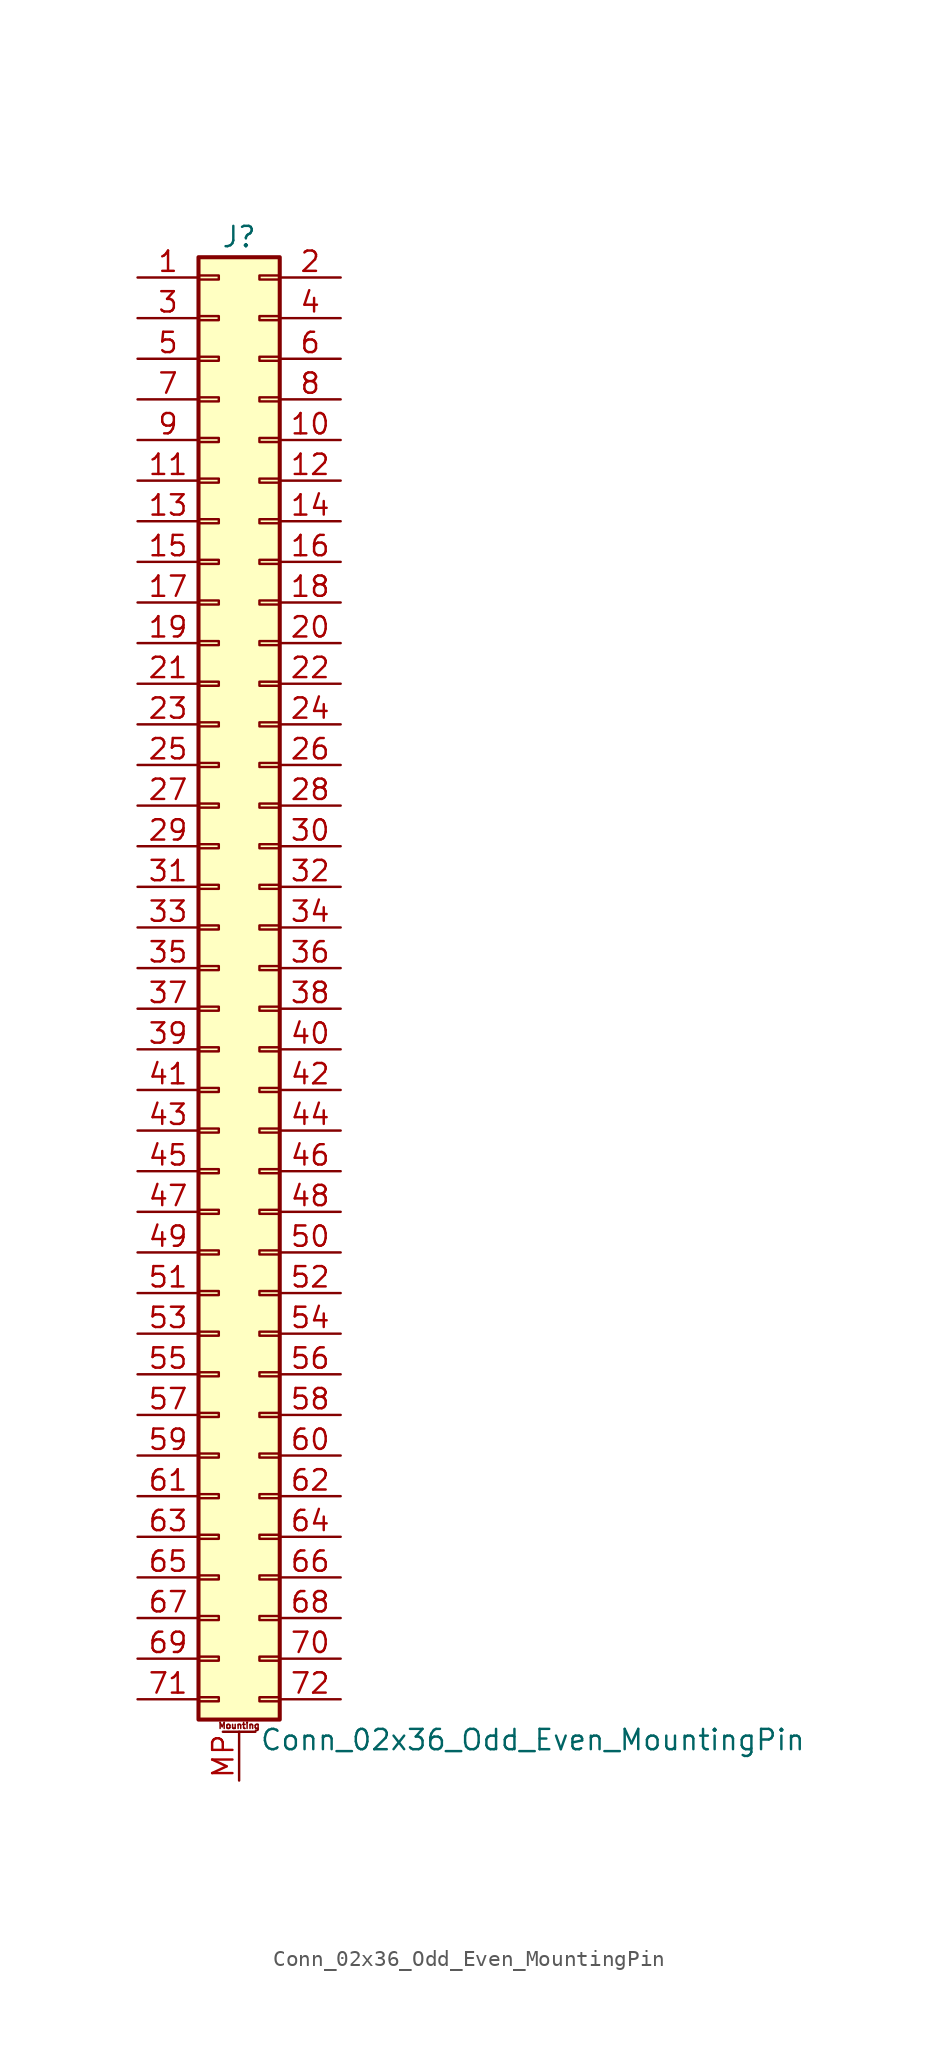
<source format=kicad_sym>
(kicad_symbol_lib
  (version 20201005)
  (generator kicad_symbol_editor)
  (symbol "Conn_02x36_Odd_Even_MountingPin"
    (pin_names
      (offset 1.016) hide)
    (property "Reference" "J"
      (at 1.27 45.72 0)
      (effects (font (size 1.27 1.27))))
    (property "Value" "Conn_02x36_Odd_Even_MountingPin"
      (at 2.54 -48.26 0)
      (effects (font (size 1.27 1.27)) (justify left)))
    (symbol "Conn_02x36_Odd_Even_MountingPin_1_1"
      (text "Mounting" (at 1.27 -47.371 0) (effects (font (size 0.381 0.381))))
      (rectangle (start -1.27 -45.593) (end 0 -45.847) (stroke (width 0.152)) (fill (type none)))
      (rectangle (start -1.27 -43.053) (end 0 -43.307) (stroke (width 0.152)) (fill (type none)))
      (rectangle (start -1.27 -40.513) (end 0 -40.767) (stroke (width 0.152)) (fill (type none)))
      (rectangle (start -1.27 -37.973) (end 0 -38.227) (stroke (width 0.152)) (fill (type none)))
      (rectangle (start -1.27 -35.433) (end 0 -35.687) (stroke (width 0.152)) (fill (type none)))
      (rectangle (start -1.27 -32.893) (end 0 -33.147) (stroke (width 0.152)) (fill (type none)))
      (rectangle (start -1.27 -30.353) (end 0 -30.607) (stroke (width 0.152)) (fill (type none)))
      (rectangle (start -1.27 -27.813) (end 0 -28.067) (stroke (width 0.152)) (fill (type none)))
      (rectangle (start -1.27 -25.273) (end 0 -25.527) (stroke (width 0.152)) (fill (type none)))
      (rectangle (start -1.27 -22.733) (end 0 -22.987) (stroke (width 0.152)) (fill (type none)))
      (rectangle (start -1.27 -20.193) (end 0 -20.447) (stroke (width 0.152)) (fill (type none)))
      (rectangle (start -1.27 -17.653) (end 0 -17.907) (stroke (width 0.152)) (fill (type none)))
      (rectangle (start -1.27 -15.113) (end 0 -15.367) (stroke (width 0.152)) (fill (type none)))
      (rectangle (start -1.27 -12.573) (end 0 -12.827) (stroke (width 0.152)) (fill (type none)))
      (rectangle (start -1.27 -10.033) (end 0 -10.287) (stroke (width 0.152)) (fill (type none)))
      (rectangle (start -1.27 -7.493) (end 0 -7.747) (stroke (width 0.152)) (fill (type none)))
      (rectangle (start -1.27 -4.953) (end 0 -5.207) (stroke (width 0.152)) (fill (type none)))
      (rectangle (start -1.27 -2.413) (end 0 -2.667) (stroke (width 0.152)) (fill (type none)))
      (rectangle (start -1.27 0.127) (end 0 -0.127) (stroke (width 0.152)) (fill (type none)))
      (rectangle (start -1.27 2.667) (end 0 2.413) (stroke (width 0.152)) (fill (type none)))
      (rectangle (start -1.27 5.207) (end 0 4.953) (stroke (width 0.152)) (fill (type none)))
      (rectangle (start -1.27 7.747) (end 0 7.493) (stroke (width 0.152)) (fill (type none)))
      (rectangle (start -1.27 10.287) (end 0 10.033) (stroke (width 0.152)) (fill (type none)))
      (rectangle (start -1.27 12.827) (end 0 12.573) (stroke (width 0.152)) (fill (type none)))
      (rectangle (start -1.27 15.367) (end 0 15.113) (stroke (width 0.152)) (fill (type none)))
      (rectangle (start -1.27 17.907) (end 0 17.653) (stroke (width 0.152)) (fill (type none)))
      (rectangle (start -1.27 20.447) (end 0 20.193) (stroke (width 0.152)) (fill (type none)))
      (rectangle (start -1.27 22.987) (end 0 22.733) (stroke (width 0.152)) (fill (type none)))
      (rectangle (start -1.27 25.527) (end 0 25.273) (stroke (width 0.152)) (fill (type none)))
      (rectangle (start -1.27 28.067) (end 0 27.813) (stroke (width 0.152)) (fill (type none)))
      (rectangle (start -1.27 30.607) (end 0 30.353) (stroke (width 0.152)) (fill (type none)))
      (rectangle (start -1.27 33.147) (end 0 32.893) (stroke (width 0.152)) (fill (type none)))
      (rectangle (start -1.27 35.687) (end 0 35.433) (stroke (width 0.152)) (fill (type none)))
      (rectangle (start -1.27 38.227) (end 0 37.973) (stroke (width 0.152)) (fill (type none)))
      (rectangle (start -1.27 40.767) (end 0 40.513) (stroke (width 0.152)) (fill (type none)))
      (rectangle (start -1.27 43.307) (end 0 43.053) (stroke (width 0.152)) (fill (type none)))
      (rectangle (start 3.81 -45.593) (end 2.54 -45.847) (stroke (width 0.152)) (fill (type none)))
      (rectangle (start 3.81 -43.053) (end 2.54 -43.307) (stroke (width 0.152)) (fill (type none)))
      (rectangle (start 3.81 -40.513) (end 2.54 -40.767) (stroke (width 0.152)) (fill (type none)))
      (rectangle (start 3.81 -37.973) (end 2.54 -38.227) (stroke (width 0.152)) (fill (type none)))
      (rectangle (start 3.81 -35.433) (end 2.54 -35.687) (stroke (width 0.152)) (fill (type none)))
      (rectangle (start 3.81 -32.893) (end 2.54 -33.147) (stroke (width 0.152)) (fill (type none)))
      (rectangle (start 3.81 -30.353) (end 2.54 -30.607) (stroke (width 0.152)) (fill (type none)))
      (rectangle (start 3.81 -27.813) (end 2.54 -28.067) (stroke (width 0.152)) (fill (type none)))
      (rectangle (start 3.81 -25.273) (end 2.54 -25.527) (stroke (width 0.152)) (fill (type none)))
      (rectangle (start 3.81 -22.733) (end 2.54 -22.987) (stroke (width 0.152)) (fill (type none)))
      (rectangle (start 3.81 -20.193) (end 2.54 -20.447) (stroke (width 0.152)) (fill (type none)))
      (rectangle (start 3.81 -17.653) (end 2.54 -17.907) (stroke (width 0.152)) (fill (type none)))
      (rectangle (start 3.81 -15.113) (end 2.54 -15.367) (stroke (width 0.152)) (fill (type none)))
      (rectangle (start 3.81 -12.573) (end 2.54 -12.827) (stroke (width 0.152)) (fill (type none)))
      (rectangle (start 3.81 -10.033) (end 2.54 -10.287) (stroke (width 0.152)) (fill (type none)))
      (rectangle (start 3.81 -7.493) (end 2.54 -7.747) (stroke (width 0.152)) (fill (type none)))
      (rectangle (start 3.81 -4.953) (end 2.54 -5.207) (stroke (width 0.152)) (fill (type none)))
      (rectangle (start 3.81 -2.413) (end 2.54 -2.667) (stroke (width 0.152)) (fill (type none)))
      (rectangle (start 3.81 0.127) (end 2.54 -0.127) (stroke (width 0.152)) (fill (type none)))
      (rectangle (start 3.81 2.667) (end 2.54 2.413) (stroke (width 0.152)) (fill (type none)))
      (rectangle (start 3.81 5.207) (end 2.54 4.953) (stroke (width 0.152)) (fill (type none)))
      (rectangle (start 3.81 7.747) (end 2.54 7.493) (stroke (width 0.152)) (fill (type none)))
      (rectangle (start 3.81 10.287) (end 2.54 10.033) (stroke (width 0.152)) (fill (type none)))
      (rectangle (start 3.81 12.827) (end 2.54 12.573) (stroke (width 0.152)) (fill (type none)))
      (rectangle (start 3.81 15.367) (end 2.54 15.113) (stroke (width 0.152)) (fill (type none)))
      (rectangle (start 3.81 17.907) (end 2.54 17.653) (stroke (width 0.152)) (fill (type none)))
      (rectangle (start 3.81 20.447) (end 2.54 20.193) (stroke (width 0.152)) (fill (type none)))
      (rectangle (start 3.81 22.987) (end 2.54 22.733) (stroke (width 0.152)) (fill (type none)))
      (rectangle (start 3.81 25.527) (end 2.54 25.273) (stroke (width 0.152)) (fill (type none)))
      (rectangle (start 3.81 28.067) (end 2.54 27.813) (stroke (width 0.152)) (fill (type none)))
      (rectangle (start 3.81 30.607) (end 2.54 30.353) (stroke (width 0.152)) (fill (type none)))
      (rectangle (start 3.81 33.147) (end 2.54 32.893) (stroke (width 0.152)) (fill (type none)))
      (rectangle (start 3.81 35.687) (end 2.54 35.433) (stroke (width 0.152)) (fill (type none)))
      (rectangle (start 3.81 38.227) (end 2.54 37.973) (stroke (width 0.152)) (fill (type none)))
      (rectangle (start 3.81 40.767) (end 2.54 40.513) (stroke (width 0.152)) (fill (type none)))
      (rectangle (start 3.81 43.307) (end 2.54 43.053) (stroke (width 0.152)) (fill (type none)))
      (rectangle (start -1.27 44.45) (end 3.81 -46.99) (stroke (width 0.254)) (fill (type background)))
      (polyline (pts (xy 0.254 -47.752) (xy 2.286 -47.752)) (stroke (width 0.152)) (fill (type none)))
      (pin passive line (at -5.08 43.18 0) (length 3.81) (name "Pin_1" (effects (font (size 1.27 1.27)))) (number "1" (effects (font (size 1.27 1.27)))))
      (pin passive line (at 7.62 33.02 180) (length 3.81) (name "Pin_10" (effects (font (size 1.27 1.27)))) (number "10" (effects (font (size 1.27 1.27)))))
      (pin passive line (at -5.08 30.48 0) (length 3.81) (name "Pin_11" (effects (font (size 1.27 1.27)))) (number "11" (effects (font (size 1.27 1.27)))))
      (pin passive line (at 7.62 30.48 180) (length 3.81) (name "Pin_12" (effects (font (size 1.27 1.27)))) (number "12" (effects (font (size 1.27 1.27)))))
      (pin passive line (at -5.08 27.94 0) (length 3.81) (name "Pin_13" (effects (font (size 1.27 1.27)))) (number "13" (effects (font (size 1.27 1.27)))))
      (pin passive line (at 7.62 27.94 180) (length 3.81) (name "Pin_14" (effects (font (size 1.27 1.27)))) (number "14" (effects (font (size 1.27 1.27)))))
      (pin passive line (at -5.08 25.4 0) (length 3.81) (name "Pin_15" (effects (font (size 1.27 1.27)))) (number "15" (effects (font (size 1.27 1.27)))))
      (pin passive line (at 7.62 25.4 180) (length 3.81) (name "Pin_16" (effects (font (size 1.27 1.27)))) (number "16" (effects (font (size 1.27 1.27)))))
      (pin passive line (at -5.08 22.86 0) (length 3.81) (name "Pin_17" (effects (font (size 1.27 1.27)))) (number "17" (effects (font (size 1.27 1.27)))))
      (pin passive line (at 7.62 22.86 180) (length 3.81) (name "Pin_18" (effects (font (size 1.27 1.27)))) (number "18" (effects (font (size 1.27 1.27)))))
      (pin passive line (at -5.08 20.32 0) (length 3.81) (name "Pin_19" (effects (font (size 1.27 1.27)))) (number "19" (effects (font (size 1.27 1.27)))))
      (pin passive line (at 7.62 43.18 180) (length 3.81) (name "Pin_2" (effects (font (size 1.27 1.27)))) (number "2" (effects (font (size 1.27 1.27)))))
      (pin passive line (at 7.62 20.32 180) (length 3.81) (name "Pin_20" (effects (font (size 1.27 1.27)))) (number "20" (effects (font (size 1.27 1.27)))))
      (pin passive line (at -5.08 17.78 0) (length 3.81) (name "Pin_21" (effects (font (size 1.27 1.27)))) (number "21" (effects (font (size 1.27 1.27)))))
      (pin passive line (at 7.62 17.78 180) (length 3.81) (name "Pin_22" (effects (font (size 1.27 1.27)))) (number "22" (effects (font (size 1.27 1.27)))))
      (pin passive line (at -5.08 15.24 0) (length 3.81) (name "Pin_23" (effects (font (size 1.27 1.27)))) (number "23" (effects (font (size 1.27 1.27)))))
      (pin passive line (at 7.62 15.24 180) (length 3.81) (name "Pin_24" (effects (font (size 1.27 1.27)))) (number "24" (effects (font (size 1.27 1.27)))))
      (pin passive line (at -5.08 12.7 0) (length 3.81) (name "Pin_25" (effects (font (size 1.27 1.27)))) (number "25" (effects (font (size 1.27 1.27)))))
      (pin passive line (at 7.62 12.7 180) (length 3.81) (name "Pin_26" (effects (font (size 1.27 1.27)))) (number "26" (effects (font (size 1.27 1.27)))))
      (pin passive line (at -5.08 10.16 0) (length 3.81) (name "Pin_27" (effects (font (size 1.27 1.27)))) (number "27" (effects (font (size 1.27 1.27)))))
      (pin passive line (at 7.62 10.16 180) (length 3.81) (name "Pin_28" (effects (font (size 1.27 1.27)))) (number "28" (effects (font (size 1.27 1.27)))))
      (pin passive line (at -5.08 7.62 0) (length 3.81) (name "Pin_29" (effects (font (size 1.27 1.27)))) (number "29" (effects (font (size 1.27 1.27)))))
      (pin passive line (at -5.08 40.64 0) (length 3.81) (name "Pin_3" (effects (font (size 1.27 1.27)))) (number "3" (effects (font (size 1.27 1.27)))))
      (pin passive line (at 7.62 7.62 180) (length 3.81) (name "Pin_30" (effects (font (size 1.27 1.27)))) (number "30" (effects (font (size 1.27 1.27)))))
      (pin passive line (at -5.08 5.08 0) (length 3.81) (name "Pin_31" (effects (font (size 1.27 1.27)))) (number "31" (effects (font (size 1.27 1.27)))))
      (pin passive line (at 7.62 5.08 180) (length 3.81) (name "Pin_32" (effects (font (size 1.27 1.27)))) (number "32" (effects (font (size 1.27 1.27)))))
      (pin passive line (at -5.08 2.54 0) (length 3.81) (name "Pin_33" (effects (font (size 1.27 1.27)))) (number "33" (effects (font (size 1.27 1.27)))))
      (pin passive line (at 7.62 2.54 180) (length 3.81) (name "Pin_34" (effects (font (size 1.27 1.27)))) (number "34" (effects (font (size 1.27 1.27)))))
      (pin passive line (at -5.08 0 0) (length 3.81) (name "Pin_35" (effects (font (size 1.27 1.27)))) (number "35" (effects (font (size 1.27 1.27)))))
      (pin passive line (at 7.62 0 180) (length 3.81) (name "Pin_36" (effects (font (size 1.27 1.27)))) (number "36" (effects (font (size 1.27 1.27)))))
      (pin passive line (at -5.08 -2.54 0) (length 3.81) (name "Pin_37" (effects (font (size 1.27 1.27)))) (number "37" (effects (font (size 1.27 1.27)))))
      (pin passive line (at 7.62 -2.54 180) (length 3.81) (name "Pin_38" (effects (font (size 1.27 1.27)))) (number "38" (effects (font (size 1.27 1.27)))))
      (pin passive line (at -5.08 -5.08 0) (length 3.81) (name "Pin_39" (effects (font (size 1.27 1.27)))) (number "39" (effects (font (size 1.27 1.27)))))
      (pin passive line (at 7.62 40.64 180) (length 3.81) (name "Pin_4" (effects (font (size 1.27 1.27)))) (number "4" (effects (font (size 1.27 1.27)))))
      (pin passive line (at 7.62 -5.08 180) (length 3.81) (name "Pin_40" (effects (font (size 1.27 1.27)))) (number "40" (effects (font (size 1.27 1.27)))))
      (pin passive line (at -5.08 -7.62 0) (length 3.81) (name "Pin_41" (effects (font (size 1.27 1.27)))) (number "41" (effects (font (size 1.27 1.27)))))
      (pin passive line (at 7.62 -7.62 180) (length 3.81) (name "Pin_42" (effects (font (size 1.27 1.27)))) (number "42" (effects (font (size 1.27 1.27)))))
      (pin passive line (at -5.08 -10.16 0) (length 3.81) (name "Pin_43" (effects (font (size 1.27 1.27)))) (number "43" (effects (font (size 1.27 1.27)))))
      (pin passive line (at 7.62 -10.16 180) (length 3.81) (name "Pin_44" (effects (font (size 1.27 1.27)))) (number "44" (effects (font (size 1.27 1.27)))))
      (pin passive line (at -5.08 -12.7 0) (length 3.81) (name "Pin_45" (effects (font (size 1.27 1.27)))) (number "45" (effects (font (size 1.27 1.27)))))
      (pin passive line (at 7.62 -12.7 180) (length 3.81) (name "Pin_46" (effects (font (size 1.27 1.27)))) (number "46" (effects (font (size 1.27 1.27)))))
      (pin passive line (at -5.08 -15.24 0) (length 3.81) (name "Pin_47" (effects (font (size 1.27 1.27)))) (number "47" (effects (font (size 1.27 1.27)))))
      (pin passive line (at 7.62 -15.24 180) (length 3.81) (name "Pin_48" (effects (font (size 1.27 1.27)))) (number "48" (effects (font (size 1.27 1.27)))))
      (pin passive line (at -5.08 -17.78 0) (length 3.81) (name "Pin_49" (effects (font (size 1.27 1.27)))) (number "49" (effects (font (size 1.27 1.27)))))
      (pin passive line (at -5.08 38.1 0) (length 3.81) (name "Pin_5" (effects (font (size 1.27 1.27)))) (number "5" (effects (font (size 1.27 1.27)))))
      (pin passive line (at 7.62 -17.78 180) (length 3.81) (name "Pin_50" (effects (font (size 1.27 1.27)))) (number "50" (effects (font (size 1.27 1.27)))))
      (pin passive line (at -5.08 -20.32 0) (length 3.81) (name "Pin_51" (effects (font (size 1.27 1.27)))) (number "51" (effects (font (size 1.27 1.27)))))
      (pin passive line (at 7.62 -20.32 180) (length 3.81) (name "Pin_52" (effects (font (size 1.27 1.27)))) (number "52" (effects (font (size 1.27 1.27)))))
      (pin passive line (at -5.08 -22.86 0) (length 3.81) (name "Pin_53" (effects (font (size 1.27 1.27)))) (number "53" (effects (font (size 1.27 1.27)))))
      (pin passive line (at 7.62 -22.86 180) (length 3.81) (name "Pin_54" (effects (font (size 1.27 1.27)))) (number "54" (effects (font (size 1.27 1.27)))))
      (pin passive line (at -5.08 -25.4 0) (length 3.81) (name "Pin_55" (effects (font (size 1.27 1.27)))) (number "55" (effects (font (size 1.27 1.27)))))
      (pin passive line (at 7.62 -25.4 180) (length 3.81) (name "Pin_56" (effects (font (size 1.27 1.27)))) (number "56" (effects (font (size 1.27 1.27)))))
      (pin passive line (at -5.08 -27.94 0) (length 3.81) (name "Pin_57" (effects (font (size 1.27 1.27)))) (number "57" (effects (font (size 1.27 1.27)))))
      (pin passive line (at 7.62 -27.94 180) (length 3.81) (name "Pin_58" (effects (font (size 1.27 1.27)))) (number "58" (effects (font (size 1.27 1.27)))))
      (pin passive line (at -5.08 -30.48 0) (length 3.81) (name "Pin_59" (effects (font (size 1.27 1.27)))) (number "59" (effects (font (size 1.27 1.27)))))
      (pin passive line (at 7.62 38.1 180) (length 3.81) (name "Pin_6" (effects (font (size 1.27 1.27)))) (number "6" (effects (font (size 1.27 1.27)))))
      (pin passive line (at 7.62 -30.48 180) (length 3.81) (name "Pin_60" (effects (font (size 1.27 1.27)))) (number "60" (effects (font (size 1.27 1.27)))))
      (pin passive line (at -5.08 -33.02 0) (length 3.81) (name "Pin_61" (effects (font (size 1.27 1.27)))) (number "61" (effects (font (size 1.27 1.27)))))
      (pin passive line (at 7.62 -33.02 180) (length 3.81) (name "Pin_62" (effects (font (size 1.27 1.27)))) (number "62" (effects (font (size 1.27 1.27)))))
      (pin passive line (at -5.08 -35.56 0) (length 3.81) (name "Pin_63" (effects (font (size 1.27 1.27)))) (number "63" (effects (font (size 1.27 1.27)))))
      (pin passive line (at 7.62 -35.56 180) (length 3.81) (name "Pin_64" (effects (font (size 1.27 1.27)))) (number "64" (effects (font (size 1.27 1.27)))))
      (pin passive line (at -5.08 -38.1 0) (length 3.81) (name "Pin_65" (effects (font (size 1.27 1.27)))) (number "65" (effects (font (size 1.27 1.27)))))
      (pin passive line (at 7.62 -38.1 180) (length 3.81) (name "Pin_66" (effects (font (size 1.27 1.27)))) (number "66" (effects (font (size 1.27 1.27)))))
      (pin passive line (at -5.08 -40.64 0) (length 3.81) (name "Pin_67" (effects (font (size 1.27 1.27)))) (number "67" (effects (font (size 1.27 1.27)))))
      (pin passive line (at 7.62 -40.64 180) (length 3.81) (name "Pin_68" (effects (font (size 1.27 1.27)))) (number "68" (effects (font (size 1.27 1.27)))))
      (pin passive line (at -5.08 -43.18 0) (length 3.81) (name "Pin_69" (effects (font (size 1.27 1.27)))) (number "69" (effects (font (size 1.27 1.27)))))
      (pin passive line (at -5.08 35.56 0) (length 3.81) (name "Pin_7" (effects (font (size 1.27 1.27)))) (number "7" (effects (font (size 1.27 1.27)))))
      (pin passive line (at 7.62 -43.18 180) (length 3.81) (name "Pin_70" (effects (font (size 1.27 1.27)))) (number "70" (effects (font (size 1.27 1.27)))))
      (pin passive line (at -5.08 -45.72 0) (length 3.81) (name "Pin_71" (effects (font (size 1.27 1.27)))) (number "71" (effects (font (size 1.27 1.27)))))
      (pin passive line (at 7.62 -45.72 180) (length 3.81) (name "Pin_72" (effects (font (size 1.27 1.27)))) (number "72" (effects (font (size 1.27 1.27)))))
      (pin passive line (at 7.62 35.56 180) (length 3.81) (name "Pin_8" (effects (font (size 1.27 1.27)))) (number "8" (effects (font (size 1.27 1.27)))))
      (pin passive line (at -5.08 33.02 0) (length 3.81) (name "Pin_9" (effects (font (size 1.27 1.27)))) (number "9" (effects (font (size 1.27 1.27)))))
      (pin passive line (at 1.27 -50.8 90) (length 3.048) (name "MountPin" (effects (font (size 1.27 1.27)))) (number "MP" (effects (font (size 1.27 1.27))))))))
</source>
